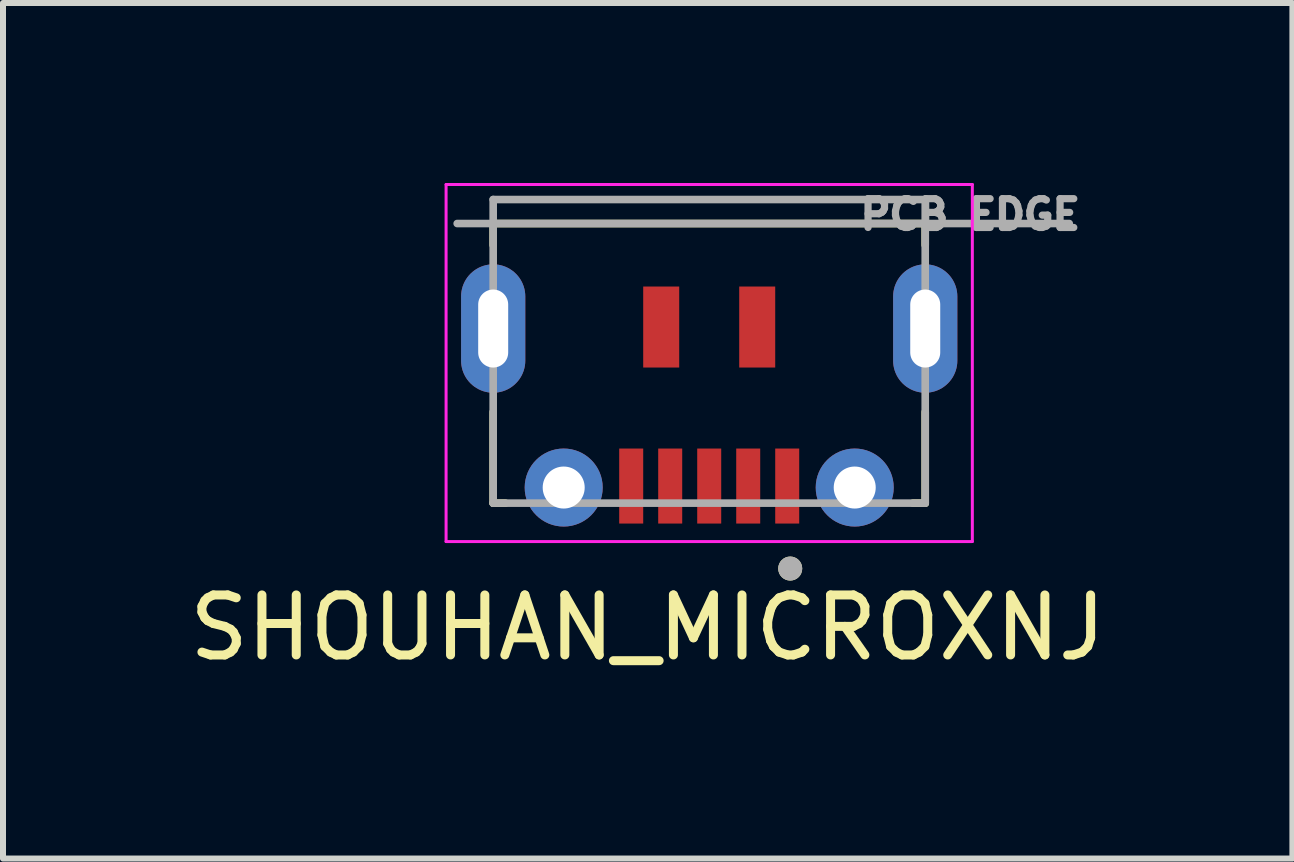
<source format=kicad_pcb>
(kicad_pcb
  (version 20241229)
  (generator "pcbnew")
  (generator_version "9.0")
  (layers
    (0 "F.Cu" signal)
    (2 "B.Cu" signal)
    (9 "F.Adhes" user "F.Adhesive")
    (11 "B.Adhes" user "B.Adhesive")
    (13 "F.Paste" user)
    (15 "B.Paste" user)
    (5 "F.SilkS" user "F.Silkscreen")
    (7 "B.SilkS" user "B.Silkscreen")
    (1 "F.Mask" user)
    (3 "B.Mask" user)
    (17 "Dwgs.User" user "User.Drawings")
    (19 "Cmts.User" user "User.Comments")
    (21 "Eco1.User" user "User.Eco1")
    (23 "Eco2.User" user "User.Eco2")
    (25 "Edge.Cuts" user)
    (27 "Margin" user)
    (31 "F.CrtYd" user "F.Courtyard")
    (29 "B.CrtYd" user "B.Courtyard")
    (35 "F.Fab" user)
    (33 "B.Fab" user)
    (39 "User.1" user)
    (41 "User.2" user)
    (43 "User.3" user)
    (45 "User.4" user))
  (footprint "SHOUHAN_MICROXNJ"
    (layer "F.Cu")
    (at 8.769 0.675)
    (property "Reference" "SHOUHAN_MICROXNJ" (at -1.025 6.735 0) (layer "F.SilkS") (effects (font (size 1 1) (thickness 0.15))))
    (attr smd)
    (fp_line (start -3.6 0) (end 3.6 0) (stroke (width 0.127) (type solid)) (layer "F.SilkS"))
    (fp_line (start -3.6 0.36) (end -3.6 0) (stroke (width 0.127) (type solid)) (layer "F.SilkS"))
    (fp_line (start -3.6 3.14) (end -3.6 4.66) (stroke (width 0.127) (type solid)) (layer "F.SilkS"))
    (fp_line (start -3.6 4.66) (end -3.395 4.66) (stroke (width 0.127) (type solid)) (layer "F.SilkS"))
    (fp_line (start 3.6 0) (end 3.6 0.36) (stroke (width 0.127) (type solid)) (layer "F.SilkS"))
    (fp_line (start 3.6 3.14) (end 3.6 4.66) (stroke (width 0.127) (type solid)) (layer "F.SilkS"))
    (fp_line (start 3.6 4.66) (end 3.395 4.66) (stroke (width 0.127) (type solid)) (layer "F.SilkS"))
    (fp_circle (center 1.35 5.75) (end 1.45 5.75) (stroke (width 0.2) (type solid)) (fill no) (layer "F.SilkS"))
    (fp_line (start -4.385 -0.65) (end 4.385 -0.65) (stroke (width 0.05) (type solid)) (layer "F.CrtYd"))
    (fp_line (start -4.385 5.3) (end -4.385 -0.65) (stroke (width 0.05) (type solid)) (layer "F.CrtYd"))
    (fp_line (start 4.385 -0.65) (end 4.385 5.3) (stroke (width 0.05) (type solid)) (layer "F.CrtYd"))
    (fp_line (start 4.385 5.3) (end -4.385 5.3) (stroke (width 0.05) (type solid)) (layer "F.CrtYd"))
    (fp_line (start -4.2 0) (end 6 0) (stroke (width 0.127) (type solid)) (layer "F.Fab"))
    (fp_line (start -3.6 -0.4) (end 3.6 -0.4) (stroke (width 0.127) (type solid)) (layer "F.Fab"))
    (fp_line (start -3.6 4.66) (end -3.6 -0.4) (stroke (width 0.127) (type solid)) (layer "F.Fab"))
    (fp_line (start 3.6 -0.4) (end 3.6 4.66) (stroke (width 0.127) (type solid)) (layer "F.Fab"))
    (fp_line (start 3.6 4.66) (end -3.6 4.66) (stroke (width 0.127) (type solid)) (layer "F.Fab"))
    (fp_circle (center 1.35 5.75) (end 1.45 5.75) (stroke (width 0.2) (type solid)) (fill no) (layer "F.Fab"))
    (fp_text user "PCB EDGE" (at 4.35 -0.15 0) (layer "F.Fab") (effects (font (size 0.48 0.48) (thickness 0.15))))
    (pad "1" smd rect (at 1.3 4.375 90) (size 1.25 0.4) (layers "F.Cu" "F.Mask" "F.Paste"))
    (pad "2" smd rect (at 0.65 4.375 90) (size 1.25 0.4) (layers "F.Cu" "F.Mask" "F.Paste"))
    (pad "3" smd rect (at 0 4.375 90) (size 1.25 0.4) (layers "F.Cu" "F.Mask" "F.Paste"))
    (pad "4" smd rect (at -0.65 4.375 90) (size 1.25 0.4) (layers "F.Cu" "F.Mask" "F.Paste"))
    (pad "5" smd rect (at -1.3 4.375 90) (size 1.25 0.4) (layers "F.Cu" "F.Mask" "F.Paste"))
    (pad "S1" smd rect (at -0.8 1.725 90) (size 1.35 0.6) (layers "F.Cu" "F.Mask" "F.Paste"))
    (pad "S2" smd rect (at 0.8 1.725 90) (size 1.35 0.6) (layers "F.Cu" "F.Mask" "F.Paste"))
    (pad "S3" thru_hole oval (at -3.6 1.75) (size 1.07 2.14) (drill oval 0.5 1.3) (layers "*.Cu" "*.Mask"))
    (pad "S4" thru_hole circle (at -2.425 4.4) (size 1.3 1.3) (drill 0.7) (layers "*.Cu" "*.Mask"))
    (pad "S5" thru_hole circle (at 2.425 4.4) (size 1.3 1.3) (drill 0.7) (layers "*.Cu" "*.Mask"))
    (pad "S6" thru_hole oval (at 3.6 1.75) (size 1.07 2.14) (drill oval 0.5 1.3) (layers "*.Cu" "*.Mask")))
  (gr_rect
    (start -3 -3)
    (end 18.488 11.258)
    (stroke (width 0.1) (type default))
    (fill no)
    (layer "Edge.Cuts")))
</source>
